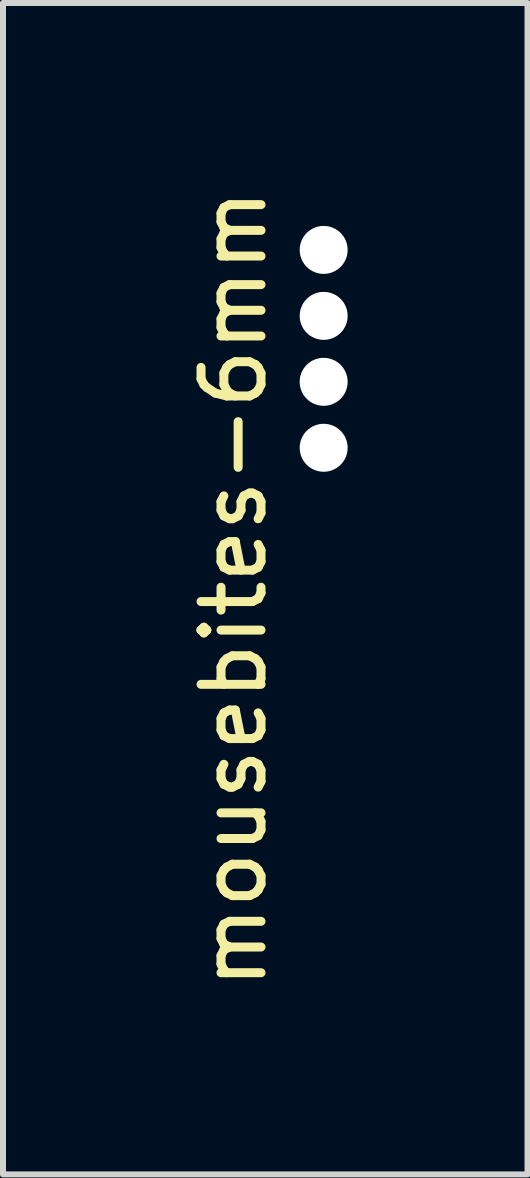
<source format=kicad_pcb>
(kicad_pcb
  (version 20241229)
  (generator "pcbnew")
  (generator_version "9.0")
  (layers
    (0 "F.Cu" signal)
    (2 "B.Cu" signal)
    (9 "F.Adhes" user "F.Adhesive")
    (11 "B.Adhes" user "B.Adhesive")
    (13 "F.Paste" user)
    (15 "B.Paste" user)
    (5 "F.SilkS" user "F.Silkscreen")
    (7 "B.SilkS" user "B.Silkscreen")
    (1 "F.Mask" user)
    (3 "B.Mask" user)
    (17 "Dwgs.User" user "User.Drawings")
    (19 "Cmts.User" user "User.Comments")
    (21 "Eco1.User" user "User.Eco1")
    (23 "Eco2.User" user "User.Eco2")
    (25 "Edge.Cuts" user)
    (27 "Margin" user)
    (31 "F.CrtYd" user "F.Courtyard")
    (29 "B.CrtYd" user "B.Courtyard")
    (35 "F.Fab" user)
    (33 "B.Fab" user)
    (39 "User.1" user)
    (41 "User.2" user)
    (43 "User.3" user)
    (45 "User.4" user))
  (footprint "mousebites-6mm"
    (layer "F.Cu")
    (at 2.348 2.768)
    (property "Reference" "mousebites-6mm" (at -1.5 4 90) (layer "F.SilkS") (effects (font (size 1 1) (thickness 0.15))))
    (attr through_hole)
    (pad "" np_thru_hole circle (at 0 -1.65) (size 0.8 0.8) (drill 0.8) (layers "*.Cu" "*.Mask"))
    (pad "" np_thru_hole circle (at 0 -0.55) (size 0.8 0.8) (drill 0.8) (layers "*.Cu" "*.Mask"))
    (pad "" np_thru_hole circle (at 0 0.55) (size 0.8 0.8) (drill 0.8) (layers "*.Cu" "*.Mask"))
    (pad "" np_thru_hole circle (at 0 1.65) (size 0.8 0.8) (drill 0.8) (layers "*.Cu" "*.Mask")))
  (gr_rect
    (start -3 -3)
    (end 5.748 16.536)
    (stroke (width 0.1) (type default))
    (fill no)
    (layer "Edge.Cuts")))
</source>
